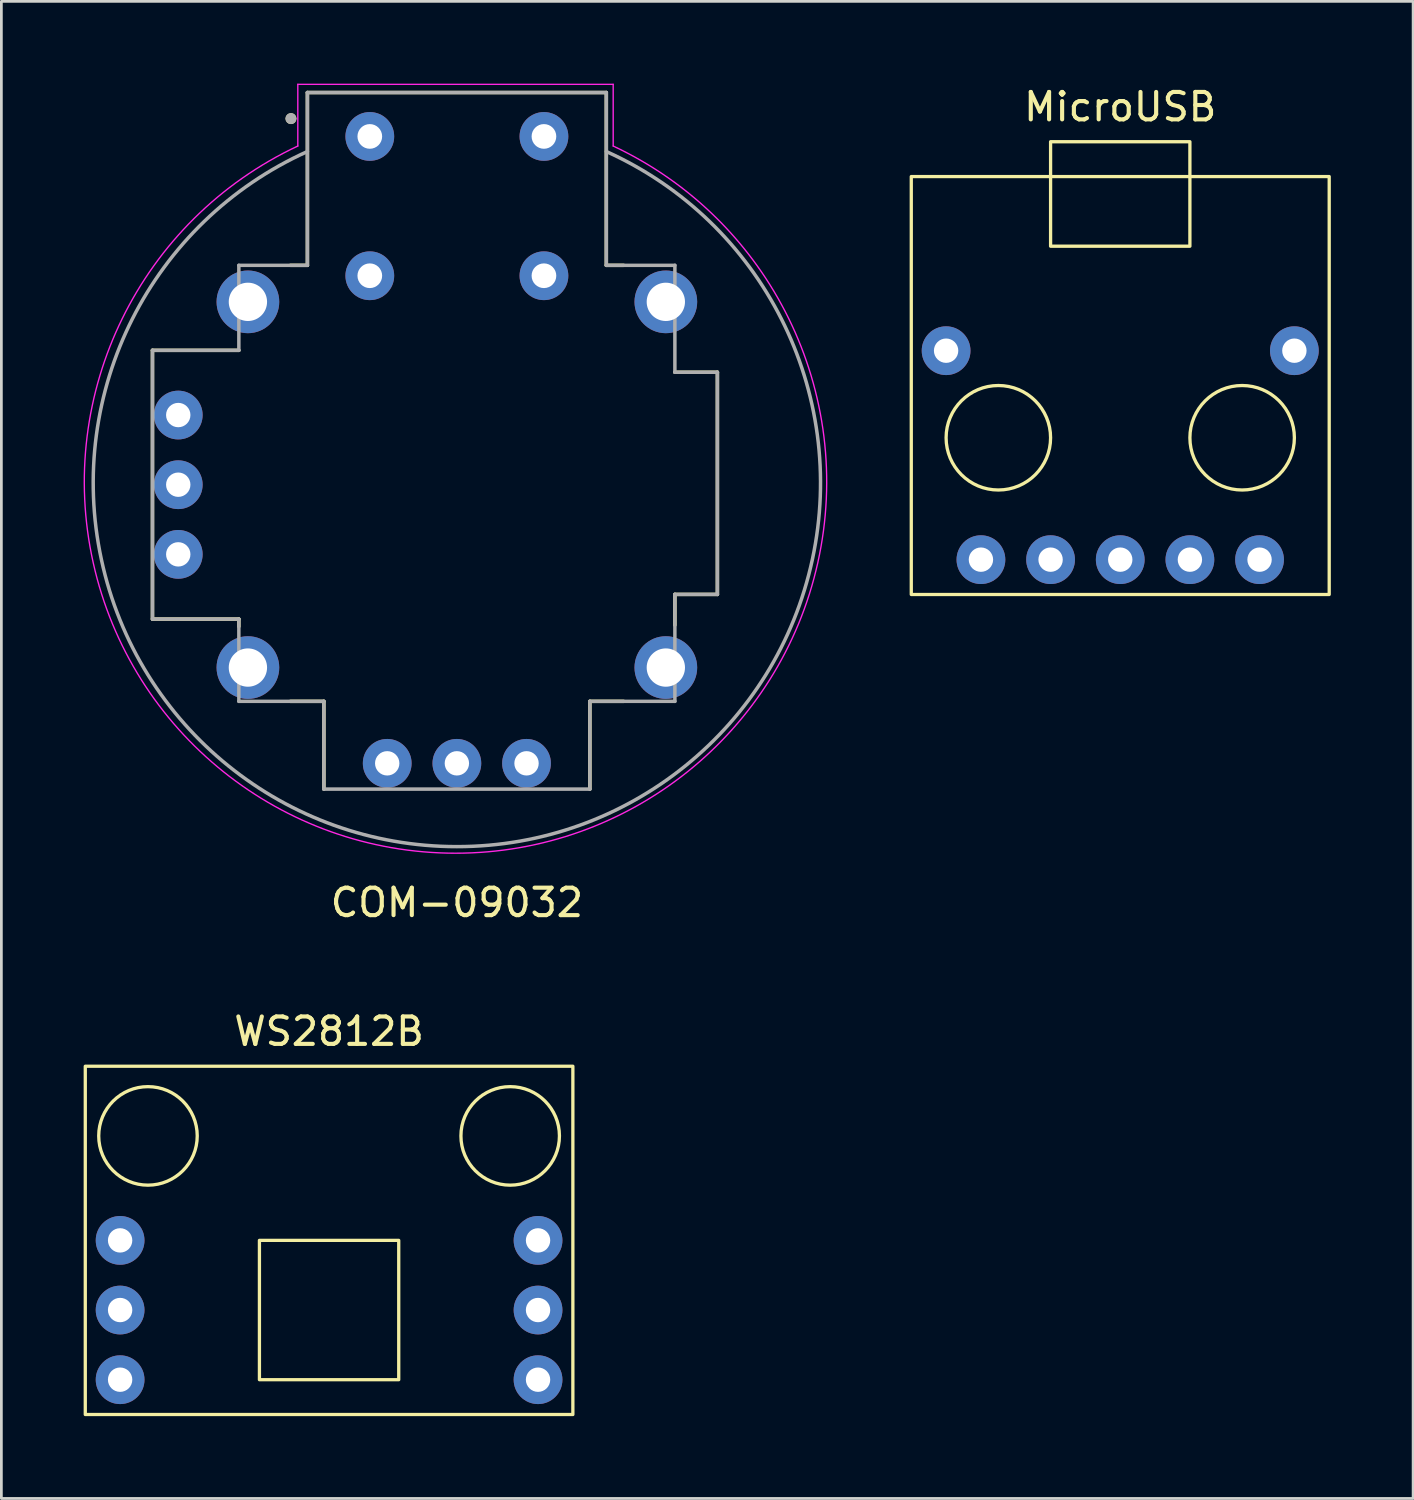
<source format=kicad_pcb>
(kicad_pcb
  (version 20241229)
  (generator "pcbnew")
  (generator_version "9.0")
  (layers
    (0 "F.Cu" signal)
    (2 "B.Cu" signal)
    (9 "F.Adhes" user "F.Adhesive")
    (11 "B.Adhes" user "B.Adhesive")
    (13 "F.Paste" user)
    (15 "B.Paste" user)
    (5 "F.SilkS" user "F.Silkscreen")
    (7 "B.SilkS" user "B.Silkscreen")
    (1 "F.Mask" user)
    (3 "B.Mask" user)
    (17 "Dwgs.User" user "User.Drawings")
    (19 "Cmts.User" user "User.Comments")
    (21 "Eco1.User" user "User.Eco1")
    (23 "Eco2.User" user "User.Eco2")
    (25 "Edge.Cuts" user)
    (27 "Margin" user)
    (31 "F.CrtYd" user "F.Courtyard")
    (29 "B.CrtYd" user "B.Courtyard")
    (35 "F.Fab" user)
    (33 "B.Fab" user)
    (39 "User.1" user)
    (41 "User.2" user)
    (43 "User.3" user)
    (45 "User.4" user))
  (footprint "COM-09032"
    (layer "F.Cu")
    (at 13.61 14.625)
    (property "Reference" "COM-09032" (at 0 15.24 0) (layer "F.SilkS") (effects (font (size 1 1) (thickness 0.15))))
    (attr through_hole)
    (fp_line (start -11.1 -4.9) (end -7.95 -4.9) (stroke (width 0.127) (type solid)) (layer "F.SilkS"))
    (fp_line (start -11.1 4.9) (end -11.1 -4.9) (stroke (width 0.127) (type solid)) (layer "F.SilkS"))
    (fp_line (start -7.95 4.9) (end -11.1 4.9) (stroke (width 0.127) (type solid)) (layer "F.SilkS"))
    (fp_line (start -7.95 5.17) (end -7.95 4.9) (stroke (width 0.127) (type solid)) (layer "F.SilkS"))
    (fp_line (start -6.07 -8) (end -5.45 -8) (stroke (width 0.127) (type solid)) (layer "F.SilkS"))
    (fp_line (start -5.45 -14.3) (end 5.45 -14.3) (stroke (width 0.127) (type solid)) (layer "F.SilkS"))
    (fp_line (start -5.45 -8) (end -5.45 -14.3) (stroke (width 0.127) (type solid)) (layer "F.SilkS"))
    (fp_line (start -4.85 7.9) (end -6.07 7.9) (stroke (width 0.127) (type solid)) (layer "F.SilkS"))
    (fp_line (start -4.85 11.1) (end -4.85 7.9) (stroke (width 0.127) (type solid)) (layer "F.SilkS"))
    (fp_line (start 4.85 7.9) (end 4.85 11.1) (stroke (width 0.127) (type solid)) (layer "F.SilkS"))
    (fp_line (start 5.45 -14.3) (end 5.45 -8) (stroke (width 0.127) (type solid)) (layer "F.SilkS"))
    (fp_line (start 5.45 -8) (end 6.08 -8) (stroke (width 0.127) (type solid)) (layer "F.SilkS"))
    (fp_line (start 6.08 7.9) (end 4.85 7.9) (stroke (width 0.127) (type solid)) (layer "F.SilkS"))
    (fp_line (start 7.95 -4.1) (end 9.5 -4.1) (stroke (width 0.127) (type solid)) (layer "F.SilkS"))
    (fp_line (start 7.95 4) (end 7.95 5.12) (stroke (width 0.127) (type solid)) (layer "F.SilkS"))
    (fp_line (start 9.5 -4.1) (end 9.5 4) (stroke (width 0.127) (type solid)) (layer "F.SilkS"))
    (fp_line (start 9.5 4) (end 7.95 4) (stroke (width 0.127) (type solid)) (layer "F.SilkS"))
    (fp_circle (center -6.05 -13.35) (end -5.95 -13.35) (stroke (width 0.2) (type solid)) (fill no) (layer "F.SilkS"))
    (fp_line (start -5.8 -14.6) (end 5.7 -14.6) (stroke (width 0.05) (type solid)) (layer "F.CrtYd"))
    (fp_line (start -5.8 -12.35) (end -5.8 -14.6) (stroke (width 0.05) (type solid)) (layer "F.CrtYd"))
    (fp_line (start 5.7 -14.6) (end 5.7 -12.35) (stroke (width 0.05) (type solid)) (layer "F.CrtYd"))
    (fp_arc (start 5.7 -12.35) (mid -0.05 13.437438) (end -5.8 -12.35) (stroke (width 0.05) (type solid)) (layer "F.CrtYd"))
    (fp_line (start -11.1 -4.9) (end -11.1 4.9) (stroke (width 0.127) (type solid)) (layer "F.Fab"))
    (fp_line (start -7.95 -4.9) (end -11.1 -4.9) (stroke (width 0.127) (type solid)) (layer "F.Fab"))
    (fp_line (start -7.95 -4.9) (end -7.95 -8) (stroke (width 0.127) (type solid)) (layer "F.Fab"))
    (fp_line (start -7.95 4.9) (end -11.1 4.9) (stroke (width 0.127) (type solid)) (layer "F.Fab"))
    (fp_line (start -7.95 4.9) (end -7.95 7.9) (stroke (width 0.127) (type solid)) (layer "F.Fab"))
    (fp_line (start -5.45 -14.3) (end -5.45 -8) (stroke (width 0.127) (type solid)) (layer "F.Fab"))
    (fp_line (start -5.45 -8) (end -7.95 -8) (stroke (width 0.127) (type solid)) (layer "F.Fab"))
    (fp_line (start -4.85 7.9) (end -7.95 7.9) (stroke (width 0.127) (type solid)) (layer "F.Fab"))
    (fp_line (start -4.85 11.1) (end -4.85 7.9) (stroke (width 0.127) (type solid)) (layer "F.Fab"))
    (fp_line (start 4.85 7.9) (end 7.95 7.9) (stroke (width 0.127) (type solid)) (layer "F.Fab"))
    (fp_line (start 4.85 11.1) (end -4.85 11.1) (stroke (width 0.127) (type solid)) (layer "F.Fab"))
    (fp_line (start 4.85 11.1) (end 4.85 7.9) (stroke (width 0.127) (type solid)) (layer "F.Fab"))
    (fp_line (start 5.45 -14.3) (end -5.45 -14.3) (stroke (width 0.127) (type solid)) (layer "F.Fab"))
    (fp_line (start 5.45 -14.3) (end 5.45 -8) (stroke (width 0.127) (type solid)) (layer "F.Fab"))
    (fp_line (start 7.95 -8) (end 5.45 -8) (stroke (width 0.127) (type solid)) (layer "F.Fab"))
    (fp_line (start 7.95 -4.1) (end 7.95 -8) (stroke (width 0.127) (type solid)) (layer "F.Fab"))
    (fp_line (start 7.95 -4.1) (end 9.5 -4.1) (stroke (width 0.127) (type solid)) (layer "F.Fab"))
    (fp_line (start 7.95 4) (end 7.95 7.9) (stroke (width 0.127) (type solid)) (layer "F.Fab"))
    (fp_line (start 7.95 4) (end 9.5 4) (stroke (width 0.127) (type solid)) (layer "F.Fab"))
    (fp_line (start 9.5 -4.1) (end 9.5 4) (stroke (width 0.127) (type solid)) (layer "F.Fab"))
    (fp_arc (start 5.45 -12.15) (mid 0 13.197504) (end -5.45 -12.15) (stroke (width 0.127) (type solid)) (layer "F.Fab"))
    (fp_circle (center -6.05 -13.35) (end -5.95 -13.35) (stroke (width 0.2) (type solid)) (fill no) (layer "F.Fab"))
    (pad "B1A" thru_hole circle (at -3.175 -12.7) (size 1.778 1.778) (drill 0.9) (layers "*.Cu" "*.Mask"))
    (pad "B1B" thru_hole circle (at 3.175 -12.7) (size 1.778 1.778) (drill 0.9) (layers "*.Cu" "*.Mask"))
    (pad "B2A" thru_hole circle (at -3.175 -7.62) (size 1.778 1.778) (drill 0.9) (layers "*.Cu" "*.Mask"))
    (pad "B2B" thru_hole circle (at 3.175 -7.62) (size 1.778 1.778) (drill 0.9) (layers "*.Cu" "*.Mask"))
    (pad "H1" thru_hole circle (at -2.54 10.16) (size 1.778 1.778) (drill 0.889) (layers "*.Cu" "*.Mask"))
    (pad "H2" thru_hole circle (at 0 10.16) (size 1.778 1.778) (drill 0.889) (layers "*.Cu" "*.Mask"))
    (pad "H3" thru_hole circle (at 2.54 10.16) (size 1.778 1.778) (drill 0.889) (layers "*.Cu" "*.Mask"))
    (pad "S1" thru_hole circle (at -7.62 -6.668) (size 2.286 2.286) (drill 1.397) (layers "*.Cu" "*.Mask"))
    (pad "S2" thru_hole circle (at -7.62 6.668) (size 2.286 2.286) (drill 1.397) (layers "*.Cu" "*.Mask"))
    (pad "S3" thru_hole circle (at 7.62 6.668) (size 2.286 2.286) (drill 1.397) (layers "*.Cu" "*.Mask"))
    (pad "S4" thru_hole circle (at 7.62 -6.668) (size 2.286 2.286) (drill 1.397) (layers "*.Cu" "*.Mask"))
    (pad "V1" thru_hole circle (at -10.16 -2.54) (size 1.778 1.778) (drill 0.889) (layers "*.Cu" "*.Mask"))
    (pad "V2" thru_hole circle (at -10.16 0) (size 1.778 1.778) (drill 0.889) (layers "*.Cu" "*.Mask"))
    (pad "V3" thru_hole circle (at -10.16 2.54) (size 1.778 1.778) (drill 0.889) (layers "*.Cu" "*.Mask")))
  (footprint "WS2812B"
    (layer "F.Cu")
    (at 8.95 42.181)
    (property "Reference" "WS2812B" (at 0 -7.62 0) (unlocked yes) (layer "F.SilkS") (effects (font (size 1 1) (thickness 0.15))))
    (attr through_hole)
    (fp_rect (start -8.89 -6.35) (end 8.89 6.35) (stroke (width 0.12) (type solid)) (fill no) (layer "F.SilkS"))
    (fp_rect (start -2.54 0) (end 2.54 5.08) (stroke (width 0.12) (type solid)) (fill no) (layer "F.SilkS"))
    (fp_circle (center -6.604 -3.81) (end -5.334 -2.54) (stroke (width 0.12) (type solid)) (fill no) (layer "F.SilkS"))
    (fp_circle (center 6.604 -3.81) (end 7.874 -2.54) (stroke (width 0.12) (type solid)) (fill no) (layer "F.SilkS"))
    (pad "1" thru_hole circle (at -7.62 5.08) (size 1.778 1.778) (drill 0.889) (layers "*.Cu" "*.Mask"))
    (pad "2" thru_hole circle (at -7.62 2.54) (size 1.778 1.778) (drill 0.889) (layers "*.Cu" "*.Mask"))
    (pad "3" thru_hole circle (at -7.62 0) (size 1.778 1.778) (drill 0.889) (layers "*.Cu" "*.Mask"))
    (pad "4" thru_hole circle (at 7.62 5.08) (size 1.778 1.778) (drill 0.889) (layers "*.Cu" "*.Mask"))
    (pad "5" thru_hole circle (at 7.62 2.54) (size 1.778 1.778) (drill 0.889) (layers "*.Cu" "*.Mask"))
    (pad "6" thru_hole circle (at 7.62 0) (size 1.778 1.778) (drill 0.889) (layers "*.Cu" "*.Mask")))
  (footprint "MicroUSB"
    (layer "F.Cu")
    (at 37.8 12.278)
    (property "Reference" "MicroUSB" (at 0 -11.43 0) (unlocked yes) (layer "F.SilkS") (effects (font (size 1 1) (thickness 0.15))))
    (attr through_hole)
    (fp_rect (start -7.62 -8.89) (end 7.62 6.35) (stroke (width 0.12) (type solid)) (fill no) (layer "F.SilkS"))
    (fp_rect (start -2.54 -10.16) (end 2.54 -6.35) (stroke (width 0.12) (type solid)) (fill no) (layer "F.SilkS"))
    (fp_circle (center -4.445 0.635) (end -2.54 0.635) (stroke (width 0.12) (type solid)) (fill no) (layer "F.SilkS"))
    (fp_circle (center 4.445 0.635) (end 6.35 0.635) (stroke (width 0.12) (type solid)) (fill no) (layer "F.SilkS"))
    (pad "1" thru_hole circle (at -5.08 5.08) (size 1.778 1.778) (drill 0.889) (layers "*.Cu" "*.Mask"))
    (pad "2" thru_hole circle (at -2.54 5.08) (size 1.778 1.778) (drill 0.889) (layers "*.Cu" "*.Mask"))
    (pad "3" thru_hole circle (at 0 5.08) (size 1.778 1.778) (drill 0.889) (layers "*.Cu" "*.Mask"))
    (pad "4" thru_hole circle (at 2.54 5.08) (size 1.778 1.778) (drill 0.889) (layers "*.Cu" "*.Mask"))
    (pad "5" thru_hole circle (at 5.08 5.08) (size 1.778 1.778) (drill 0.889) (layers "*.Cu" "*.Mask"))
    (pad "6" thru_hole circle (at 6.35 -2.54) (size 1.778 1.778) (drill 0.889) (layers "*.Cu" "*.Mask"))
    (pad "7" thru_hole circle (at -6.35 -2.54) (size 1.778 1.778) (drill 0.889) (layers "*.Cu" "*.Mask")))
  (gr_rect
    (start -3 -3)
    (end 48.48 51.592)
    (stroke (width 0.1) (type default))
    (fill no)
    (layer "Edge.Cuts")))
</source>
